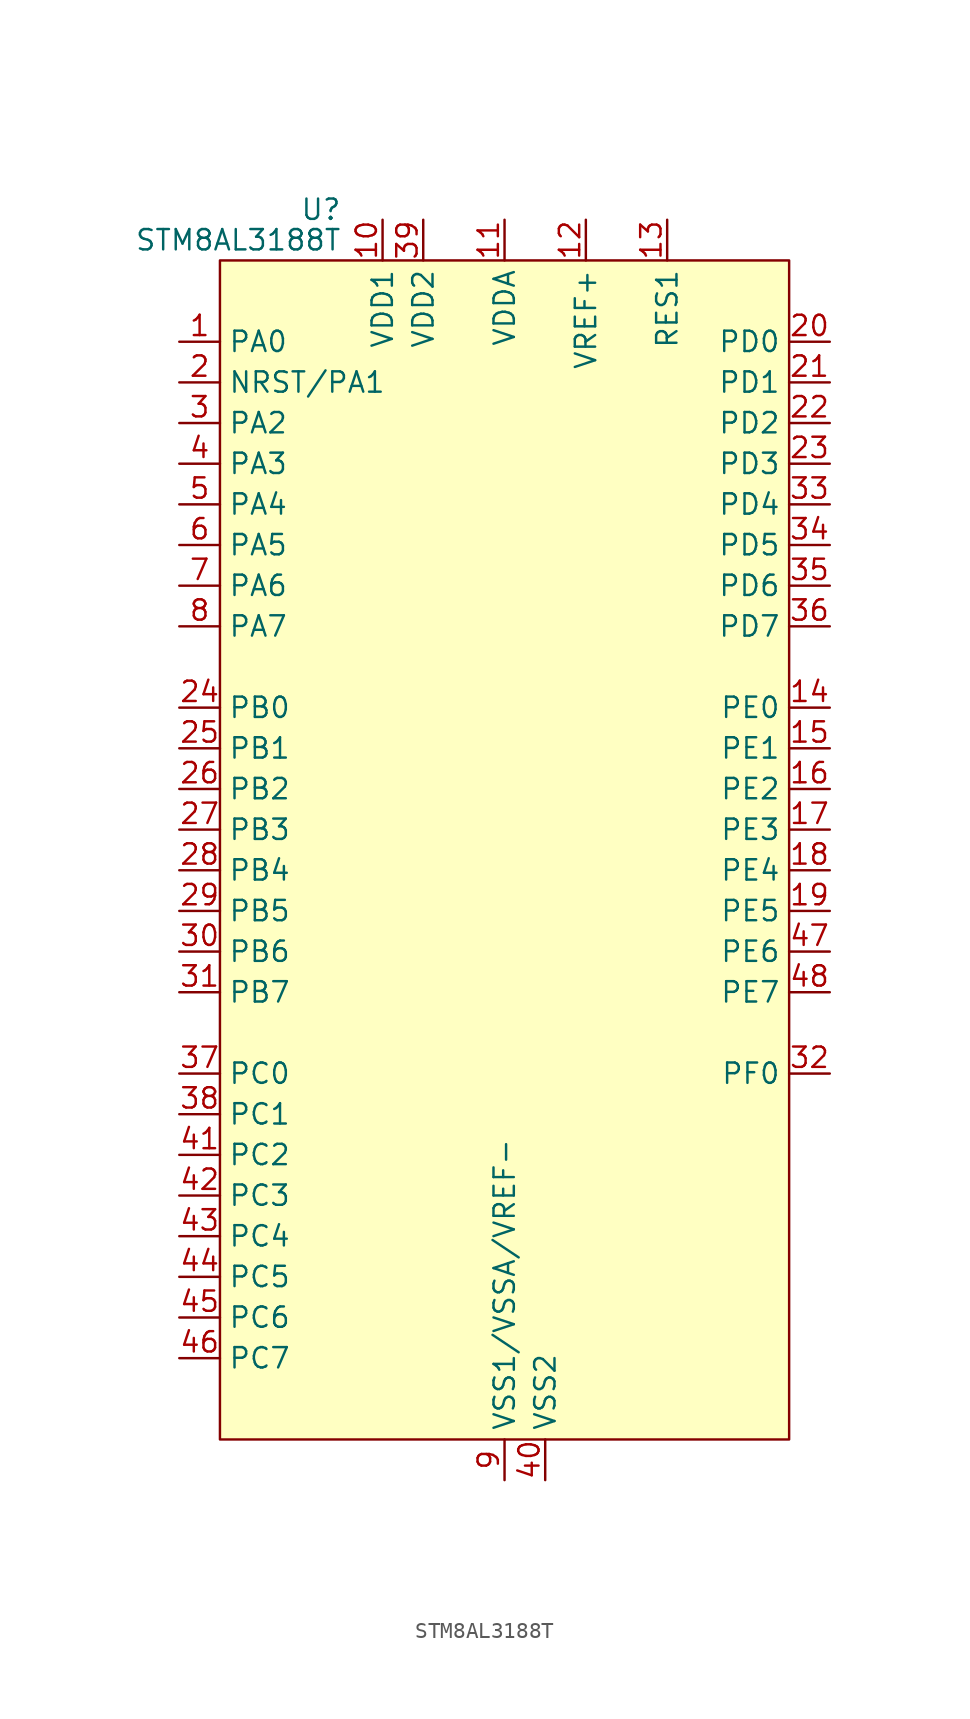
<source format=kicad_sym>
(kicad_symbol_lib
  (version 20231120)
  (generator "kicad_symbol_editor")
  (generator_version "8.0")
  (symbol "STM8AL3188T"
    (property "Reference" "U"
      (at -10.16 38.735 0)
      (effects (font (size 1.27 1.27)) (justify right)))
    (property "Value" "STM8AL3188T"
      (at -10.16 36.83 0)
      (effects (font (size 1.27 1.27)) (justify right)))
    (symbol "STM8AL3188T_0_0"
      (pin bidirectional line (at -20.32 30.48 0) (length 2.54) (name "PA0" (effects (font (size 1.27 1.27)))) (number "1" (effects (font (size 1.27 1.27)))))
      (pin power_in line (at -7.62 38.1 270) (length 2.54) (name "VDD1" (effects (font (size 1.27 1.27)))) (number "10" (effects (font (size 1.27 1.27)))))
      (pin power_in line (at 0 38.1 270) (length 2.54) (name "VDDA" (effects (font (size 1.27 1.27)))) (number "11" (effects (font (size 1.27 1.27)))))
      (pin power_in line (at 5.08 38.1 270) (length 2.54) (name "VREF+" (effects (font (size 1.27 1.27)))) (number "12" (effects (font (size 1.27 1.27)))))
      (pin power_in line (at 10.16 38.1 270) (length 2.54) (name "RES1" (effects (font (size 1.27 1.27)))) (number "13" (effects (font (size 1.27 1.27)))))
      (pin bidirectional line (at 20.32 7.62 180) (length 2.54) (name "PE0" (effects (font (size 1.27 1.27)))) (number "14" (effects (font (size 1.27 1.27)))))
      (pin bidirectional line (at 20.32 5.08 180) (length 2.54) (name "PE1" (effects (font (size 1.27 1.27)))) (number "15" (effects (font (size 1.27 1.27)))))
      (pin bidirectional line (at 20.32 2.54 180) (length 2.54) (name "PE2" (effects (font (size 1.27 1.27)))) (number "16" (effects (font (size 1.27 1.27)))))
      (pin bidirectional line (at 20.32 0 180) (length 2.54) (name "PE3" (effects (font (size 1.27 1.27)))) (number "17" (effects (font (size 1.27 1.27)))))
      (pin bidirectional line (at 20.32 -2.54 180) (length 2.54) (name "PE4" (effects (font (size 1.27 1.27)))) (number "18" (effects (font (size 1.27 1.27)))))
      (pin bidirectional line (at 20.32 -5.08 180) (length 2.54) (name "PE5" (effects (font (size 1.27 1.27)))) (number "19" (effects (font (size 1.27 1.27)))))
      (pin bidirectional line (at -20.32 27.94 0) (length 2.54) (name "NRST/PA1" (effects (font (size 1.27 1.27)))) (number "2" (effects (font (size 1.27 1.27)))))
      (pin bidirectional line (at 20.32 30.48 180) (length 2.54) (name "PD0" (effects (font (size 1.27 1.27)))) (number "20" (effects (font (size 1.27 1.27)))))
      (pin bidirectional line (at 20.32 27.94 180) (length 2.54) (name "PD1" (effects (font (size 1.27 1.27)))) (number "21" (effects (font (size 1.27 1.27)))))
      (pin bidirectional line (at 20.32 25.4 180) (length 2.54) (name "PD2" (effects (font (size 1.27 1.27)))) (number "22" (effects (font (size 1.27 1.27)))))
      (pin bidirectional line (at 20.32 22.86 180) (length 2.54) (name "PD3" (effects (font (size 1.27 1.27)))) (number "23" (effects (font (size 1.27 1.27)))))
      (pin bidirectional line (at -20.32 7.62 0) (length 2.54) (name "PB0" (effects (font (size 1.27 1.27)))) (number "24" (effects (font (size 1.27 1.27)))))
      (pin bidirectional line (at -20.32 5.08 0) (length 2.54) (name "PB1" (effects (font (size 1.27 1.27)))) (number "25" (effects (font (size 1.27 1.27)))))
      (pin bidirectional line (at -20.32 2.54 0) (length 2.54) (name "PB2" (effects (font (size 1.27 1.27)))) (number "26" (effects (font (size 1.27 1.27)))))
      (pin bidirectional line (at -20.32 0 0) (length 2.54) (name "PB3" (effects (font (size 1.27 1.27)))) (number "27" (effects (font (size 1.27 1.27)))))
      (pin bidirectional line (at -20.32 -2.54 0) (length 2.54) (name "PB4" (effects (font (size 1.27 1.27)))) (number "28" (effects (font (size 1.27 1.27)))))
      (pin bidirectional line (at -20.32 -5.08 0) (length 2.54) (name "PB5" (effects (font (size 1.27 1.27)))) (number "29" (effects (font (size 1.27 1.27)))))
      (pin bidirectional line (at -20.32 25.4 0) (length 2.54) (name "PA2" (effects (font (size 1.27 1.27)))) (number "3" (effects (font (size 1.27 1.27)))))
      (pin bidirectional line (at -20.32 -7.62 0) (length 2.54) (name "PB6" (effects (font (size 1.27 1.27)))) (number "30" (effects (font (size 1.27 1.27)))))
      (pin bidirectional line (at -20.32 -10.16 0) (length 2.54) (name "PB7" (effects (font (size 1.27 1.27)))) (number "31" (effects (font (size 1.27 1.27)))))
      (pin bidirectional line (at 20.32 -15.24 180) (length 2.54) (name "PF0" (effects (font (size 1.27 1.27)))) (number "32" (effects (font (size 1.27 1.27)))))
      (pin bidirectional line (at 20.32 20.32 180) (length 2.54) (name "PD4" (effects (font (size 1.27 1.27)))) (number "33" (effects (font (size 1.27 1.27)))))
      (pin bidirectional line (at 20.32 17.78 180) (length 2.54) (name "PD5" (effects (font (size 1.27 1.27)))) (number "34" (effects (font (size 1.27 1.27)))))
      (pin bidirectional line (at 20.32 15.24 180) (length 2.54) (name "PD6" (effects (font (size 1.27 1.27)))) (number "35" (effects (font (size 1.27 1.27)))))
      (pin bidirectional line (at 20.32 12.7 180) (length 2.54) (name "PD7" (effects (font (size 1.27 1.27)))) (number "36" (effects (font (size 1.27 1.27)))))
      (pin bidirectional line (at -20.32 -15.24 0) (length 2.54) (name "PC0" (effects (font (size 1.27 1.27)))) (number "37" (effects (font (size 1.27 1.27)))))
      (pin bidirectional line (at -20.32 -17.78 0) (length 2.54) (name "PC1" (effects (font (size 1.27 1.27)))) (number "38" (effects (font (size 1.27 1.27)))))
      (pin power_in line (at -5.08 38.1 270) (length 2.54) (name "VDD2" (effects (font (size 1.27 1.27)))) (number "39" (effects (font (size 1.27 1.27)))))
      (pin bidirectional line (at -20.32 22.86 0) (length 2.54) (name "PA3" (effects (font (size 1.27 1.27)))) (number "4" (effects (font (size 1.27 1.27)))))
      (pin power_in line (at 2.54 -40.64 90) (length 2.54) (name "VSS2" (effects (font (size 1.27 1.27)))) (number "40" (effects (font (size 1.27 1.27)))))
      (pin bidirectional line (at -20.32 -20.32 0) (length 2.54) (name "PC2" (effects (font (size 1.27 1.27)))) (number "41" (effects (font (size 1.27 1.27)))))
      (pin bidirectional line (at -20.32 -22.86 0) (length 2.54) (name "PC3" (effects (font (size 1.27 1.27)))) (number "42" (effects (font (size 1.27 1.27)))))
      (pin bidirectional line (at -20.32 -25.4 0) (length 2.54) (name "PC4" (effects (font (size 1.27 1.27)))) (number "43" (effects (font (size 1.27 1.27)))))
      (pin bidirectional line (at -20.32 -27.94 0) (length 2.54) (name "PC5" (effects (font (size 1.27 1.27)))) (number "44" (effects (font (size 1.27 1.27)))))
      (pin bidirectional line (at -20.32 -30.48 0) (length 2.54) (name "PC6" (effects (font (size 1.27 1.27)))) (number "45" (effects (font (size 1.27 1.27)))))
      (pin bidirectional line (at -20.32 -33.02 0) (length 2.54) (name "PC7" (effects (font (size 1.27 1.27)))) (number "46" (effects (font (size 1.27 1.27)))))
      (pin bidirectional line (at 20.32 -7.62 180) (length 2.54) (name "PE6" (effects (font (size 1.27 1.27)))) (number "47" (effects (font (size 1.27 1.27)))))
      (pin bidirectional line (at 20.32 -10.16 180) (length 2.54) (name "PE7" (effects (font (size 1.27 1.27)))) (number "48" (effects (font (size 1.27 1.27)))))
      (pin bidirectional line (at -20.32 20.32 0) (length 2.54) (name "PA4" (effects (font (size 1.27 1.27)))) (number "5" (effects (font (size 1.27 1.27)))))
      (pin bidirectional line (at -20.32 17.78 0) (length 2.54) (name "PA5" (effects (font (size 1.27 1.27)))) (number "6" (effects (font (size 1.27 1.27)))))
      (pin bidirectional line (at -20.32 15.24 0) (length 2.54) (name "PA6" (effects (font (size 1.27 1.27)))) (number "7" (effects (font (size 1.27 1.27)))))
      (pin bidirectional line (at -20.32 12.7 0) (length 2.54) (name "PA7" (effects (font (size 1.27 1.27)))) (number "8" (effects (font (size 1.27 1.27)))))
      (pin power_in line (at 0 -40.64 90) (length 2.54) (name "VSS1/VSSA/VREF-" (effects (font (size 1.27 1.27)))) (number "9" (effects (font (size 1.27 1.27))))))
    (symbol "STM8AL3188T_0_1"
      (rectangle (start -17.78 35.56) (end 17.78 -38.1) (stroke (width 0) (type default)) (fill (type background))))))
</source>
